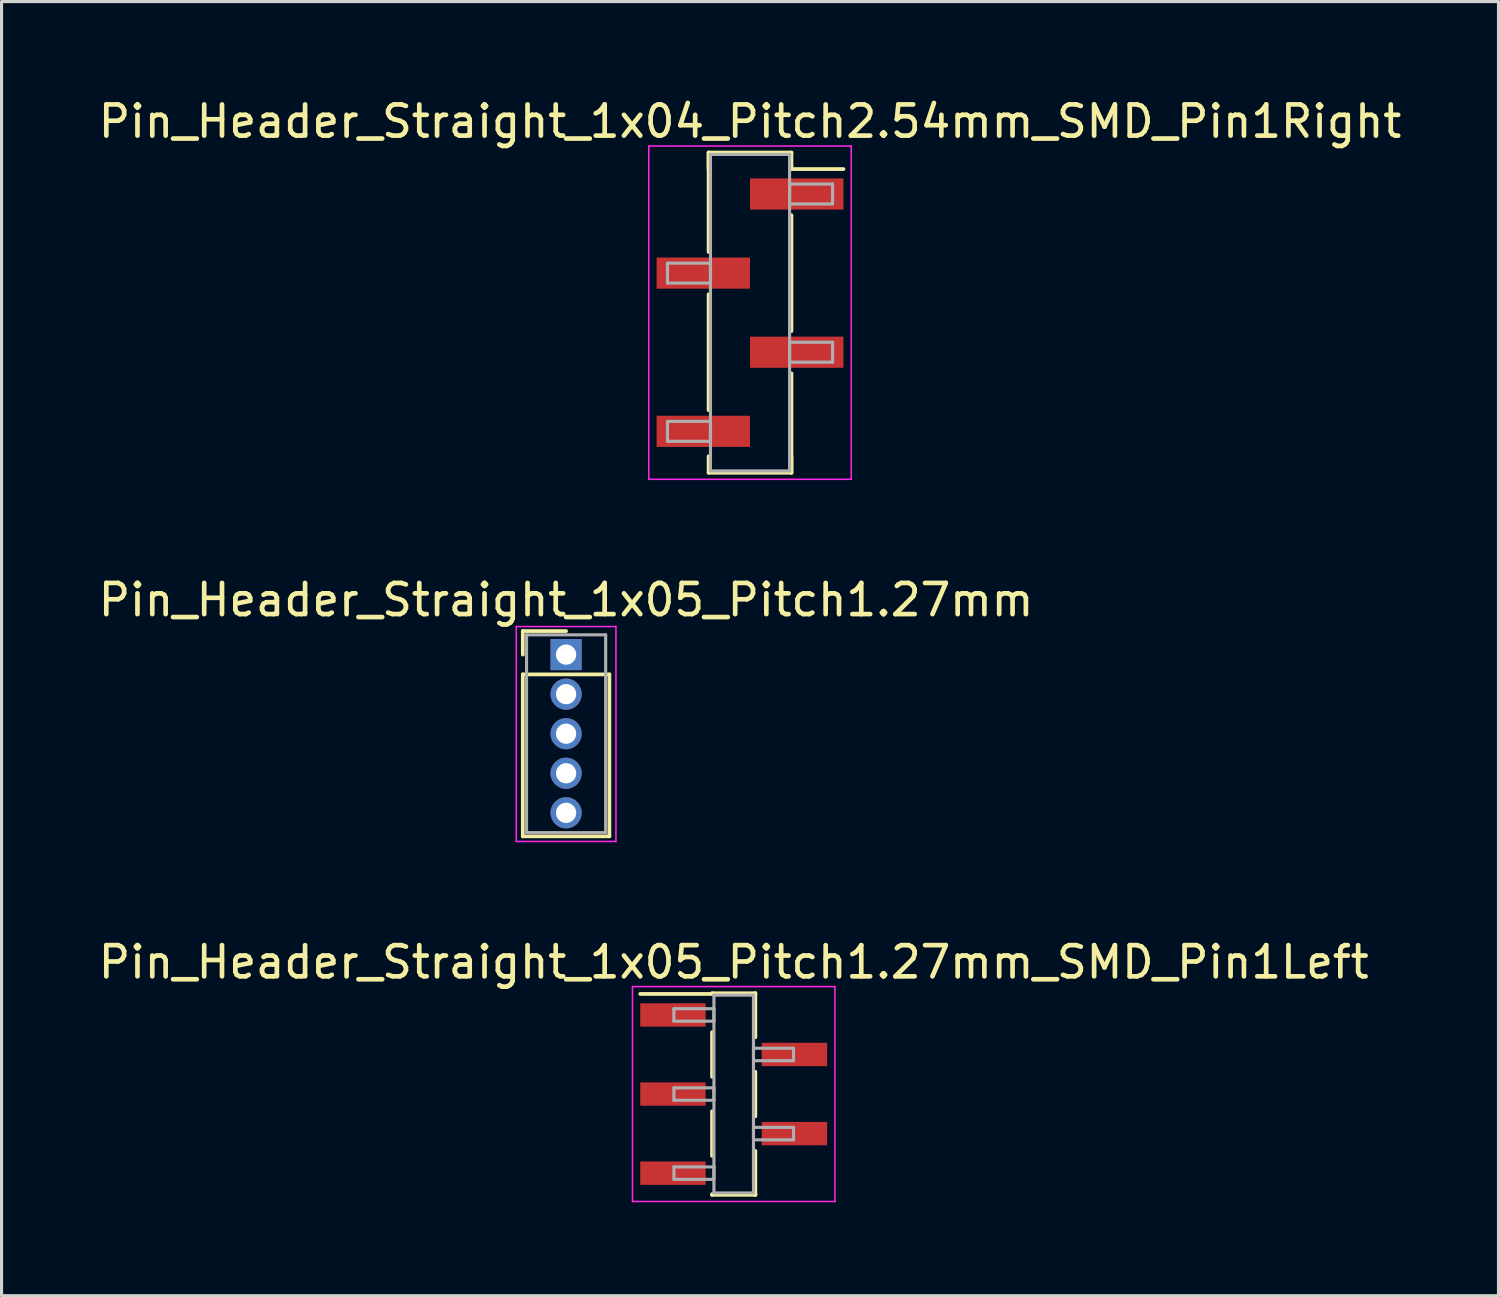
<source format=kicad_pcb>
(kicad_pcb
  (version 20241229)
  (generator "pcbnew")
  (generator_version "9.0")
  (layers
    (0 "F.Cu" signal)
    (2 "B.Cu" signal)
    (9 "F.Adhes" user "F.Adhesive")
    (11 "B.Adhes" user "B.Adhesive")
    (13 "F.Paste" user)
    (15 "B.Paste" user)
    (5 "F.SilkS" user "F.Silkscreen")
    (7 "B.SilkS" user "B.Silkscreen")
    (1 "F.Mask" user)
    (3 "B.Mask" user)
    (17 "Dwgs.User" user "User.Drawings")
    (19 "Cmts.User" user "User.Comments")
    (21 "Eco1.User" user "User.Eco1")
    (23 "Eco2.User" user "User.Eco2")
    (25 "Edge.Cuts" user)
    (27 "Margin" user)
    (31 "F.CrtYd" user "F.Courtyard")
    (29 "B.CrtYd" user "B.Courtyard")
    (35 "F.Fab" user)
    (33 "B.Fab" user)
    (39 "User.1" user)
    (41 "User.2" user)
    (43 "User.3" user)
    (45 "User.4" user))
  (footprint "Pin_Header_Straight_1x05_Pitch1.27mm"
    (layer "F.Cu")
    (at 15.125 17.966)
    (property "Reference" "Pin_Header_Straight_1x05_Pitch1.27mm" (at 0 -1.755 0) (layer "F.SilkS") (effects (font (size 1 1) (thickness 0.15))))
    (attr through_hole)
    (fp_line (start -1.39 -0.755) (end 0 -0.755) (stroke (width 0.12) (type solid)) (layer "F.SilkS"))
    (fp_line (start -1.39 0) (end -1.39 -0.755) (stroke (width 0.12) (type solid)) (layer "F.SilkS"))
    (fp_line (start -1.39 0.635) (end -1.39 5.835) (stroke (width 0.12) (type solid)) (layer "F.SilkS"))
    (fp_line (start -1.39 5.835) (end 1.39 5.835) (stroke (width 0.12) (type solid)) (layer "F.SilkS"))
    (fp_line (start 1.39 0.635) (end -1.39 0.635) (stroke (width 0.12) (type solid)) (layer "F.SilkS"))
    (fp_line (start 1.39 5.835) (end 1.39 0.635) (stroke (width 0.12) (type solid)) (layer "F.SilkS"))
    (fp_line (start -1.6 -0.9) (end -1.6 6) (stroke (width 0.05) (type solid)) (layer "F.CrtYd"))
    (fp_line (start -1.6 6) (end 1.6 6) (stroke (width 0.05) (type solid)) (layer "F.CrtYd"))
    (fp_line (start 1.6 -0.9) (end -1.6 -0.9) (stroke (width 0.05) (type solid)) (layer "F.CrtYd"))
    (fp_line (start 1.6 6) (end 1.6 -0.9) (stroke (width 0.05) (type solid)) (layer "F.CrtYd"))
    (fp_line (start -1.27 -0.635) (end -1.27 5.715) (stroke (width 0.1) (type solid)) (layer "F.Fab"))
    (fp_line (start -1.27 5.715) (end 1.27 5.715) (stroke (width 0.1) (type solid)) (layer "F.Fab"))
    (fp_line (start 1.27 -0.635) (end -1.27 -0.635) (stroke (width 0.1) (type solid)) (layer "F.Fab"))
    (fp_line (start 1.27 5.715) (end 1.27 -0.635) (stroke (width 0.1) (type solid)) (layer "F.Fab"))
    (pad "1" thru_hole rect (at 0 0) (size 1 1) (drill 0.65) (layers "*.Cu" "*.Mask"))
    (pad "2" thru_hole oval (at 0 1.27) (size 1 1) (drill 0.65) (layers "*.Cu" "*.Mask"))
    (pad "3" thru_hole oval (at 0 2.54) (size 1 1) (drill 0.65) (layers "*.Cu" "*.Mask"))
    (pad "4" thru_hole oval (at 0 3.81) (size 1 1) (drill 0.65) (layers "*.Cu" "*.Mask"))
    (pad "5" thru_hole oval (at 0 5.08) (size 1 1) (drill 0.65) (layers "*.Cu" "*.Mask")))
  (footprint "Pin_Header_Straight_1x05_Pitch1.27mm_SMD_Pin1Left"
    (layer "F.Cu")
    (at 20.506 32.075)
    (property "Reference" "Pin_Header_Straight_1x05_Pitch1.27mm_SMD_Pin1Left" (at 0 -4.235 0) (layer "F.SilkS") (effects (font (size 1 1) (thickness 0.15))))
    (attr smd)
    (fp_line (start -0.695 -3.235) (end 0.695 -3.235) (stroke (width 0.12) (type solid)) (layer "F.SilkS"))
    (fp_line (start -0.695 -3.215) (end -3 -3.215) (stroke (width 0.12) (type solid)) (layer "F.SilkS"))
    (fp_line (start -0.695 -3.215) (end -0.695 -3.235) (stroke (width 0.12) (type solid)) (layer "F.SilkS"))
    (fp_line (start -0.695 -1.985) (end -0.695 -0.555) (stroke (width 0.12) (type solid)) (layer "F.SilkS"))
    (fp_line (start -0.695 0.555) (end -0.695 1.985) (stroke (width 0.12) (type solid)) (layer "F.SilkS"))
    (fp_line (start -0.695 3.215) (end -0.695 3.235) (stroke (width 0.12) (type solid)) (layer "F.SilkS"))
    (fp_line (start -0.695 3.235) (end 0.695 3.235) (stroke (width 0.12) (type solid)) (layer "F.SilkS"))
    (fp_line (start 0.695 -3.235) (end 0.695 -3.215) (stroke (width 0.12) (type solid)) (layer "F.SilkS"))
    (fp_line (start 0.695 -3.235) (end 0.695 -1.825) (stroke (width 0.12) (type solid)) (layer "F.SilkS"))
    (fp_line (start 0.695 -0.715) (end 0.695 0.715) (stroke (width 0.12) (type solid)) (layer "F.SilkS"))
    (fp_line (start 0.695 1.825) (end 0.695 3.235) (stroke (width 0.12) (type solid)) (layer "F.SilkS"))
    (fp_line (start 0.695 3.235) (end 0.695 3.215) (stroke (width 0.12) (type solid)) (layer "F.SilkS"))
    (fp_line (start -3.25 -3.45) (end -3.25 3.45) (stroke (width 0.05) (type solid)) (layer "F.CrtYd"))
    (fp_line (start -3.25 3.45) (end 3.25 3.45) (stroke (width 0.05) (type solid)) (layer "F.CrtYd"))
    (fp_line (start 3.25 -3.45) (end -3.25 -3.45) (stroke (width 0.05) (type solid)) (layer "F.CrtYd"))
    (fp_line (start 3.25 3.45) (end 3.25 -3.45) (stroke (width 0.05) (type solid)) (layer "F.CrtYd"))
    (fp_line (start -1.92 -2.74) (end -0.635 -2.74) (stroke (width 0.1) (type solid)) (layer "F.Fab"))
    (fp_line (start -1.92 -2.34) (end -1.92 -2.74) (stroke (width 0.1) (type solid)) (layer "F.Fab"))
    (fp_line (start -1.92 -0.2) (end -0.635 -0.2) (stroke (width 0.1) (type solid)) (layer "F.Fab"))
    (fp_line (start -1.92 0.2) (end -1.92 -0.2) (stroke (width 0.1) (type solid)) (layer "F.Fab"))
    (fp_line (start -1.92 2.34) (end -0.635 2.34) (stroke (width 0.1) (type solid)) (layer "F.Fab"))
    (fp_line (start -1.92 2.74) (end -1.92 2.34) (stroke (width 0.1) (type solid)) (layer "F.Fab"))
    (fp_line (start -0.635 -3.175) (end -0.635 3.175) (stroke (width 0.1) (type solid)) (layer "F.Fab"))
    (fp_line (start -0.635 -2.74) (end -0.635 -2.34) (stroke (width 0.1) (type solid)) (layer "F.Fab"))
    (fp_line (start -0.635 -2.34) (end -1.92 -2.34) (stroke (width 0.1) (type solid)) (layer "F.Fab"))
    (fp_line (start -0.635 -0.2) (end -0.635 0.2) (stroke (width 0.1) (type solid)) (layer "F.Fab"))
    (fp_line (start -0.635 0.2) (end -1.92 0.2) (stroke (width 0.1) (type solid)) (layer "F.Fab"))
    (fp_line (start -0.635 2.34) (end -0.635 2.74) (stroke (width 0.1) (type solid)) (layer "F.Fab"))
    (fp_line (start -0.635 2.74) (end -1.92 2.74) (stroke (width 0.1) (type solid)) (layer "F.Fab"))
    (fp_line (start -0.635 3.175) (end 0.635 3.175) (stroke (width 0.1) (type solid)) (layer "F.Fab"))
    (fp_line (start 0.635 -3.175) (end -0.635 -3.175) (stroke (width 0.1) (type solid)) (layer "F.Fab"))
    (fp_line (start 0.635 -1.47) (end 0.635 -1.07) (stroke (width 0.1) (type solid)) (layer "F.Fab"))
    (fp_line (start 0.635 -1.07) (end 1.92 -1.07) (stroke (width 0.1) (type solid)) (layer "F.Fab"))
    (fp_line (start 0.635 1.07) (end 0.635 1.47) (stroke (width 0.1) (type solid)) (layer "F.Fab"))
    (fp_line (start 0.635 1.47) (end 1.92 1.47) (stroke (width 0.1) (type solid)) (layer "F.Fab"))
    (fp_line (start 0.635 3.175) (end 0.635 -3.175) (stroke (width 0.1) (type solid)) (layer "F.Fab"))
    (fp_line (start 1.92 -1.47) (end 0.635 -1.47) (stroke (width 0.1) (type solid)) (layer "F.Fab"))
    (fp_line (start 1.92 -1.07) (end 1.92 -1.47) (stroke (width 0.1) (type solid)) (layer "F.Fab"))
    (fp_line (start 1.92 1.07) (end 0.635 1.07) (stroke (width 0.1) (type solid)) (layer "F.Fab"))
    (fp_line (start 1.92 1.47) (end 1.92 1.07) (stroke (width 0.1) (type solid)) (layer "F.Fab"))
    (pad "1" smd rect (at -1.95 -2.54) (size 2.1 0.75) (layers "F.Cu" "F.Mask"))
    (pad "2" smd rect (at 1.95 -1.27) (size 2.1 0.75) (layers "F.Cu" "F.Mask"))
    (pad "3" smd rect (at -1.95 0) (size 2.1 0.75) (layers "F.Cu" "F.Mask"))
    (pad "4" smd rect (at 1.95 1.27) (size 2.1 0.75) (layers "F.Cu" "F.Mask"))
    (pad "5" smd rect (at -1.95 2.54) (size 2.1 0.75) (layers "F.Cu" "F.Mask")))
  (footprint "Pin_Header_Straight_1x04_Pitch2.54mm_SMD_Pin1Right"
    (layer "F.Cu")
    (at 21.03 6.988)
    (property "Reference" "Pin_Header_Straight_1x04_Pitch2.54mm_SMD_Pin1Right" (at 0 -6.14 0) (layer "F.SilkS") (effects (font (size 1 1) (thickness 0.15))))
    (attr smd)
    (fp_line (start -1.33 -5.14) (end -1.33 -1.95) (stroke (width 0.12) (type solid)) (layer "F.SilkS"))
    (fp_line (start -1.33 -5.14) (end 1.33 -5.14) (stroke (width 0.12) (type solid)) (layer "F.SilkS"))
    (fp_line (start -1.33 -4.61) (end -1.33 -5.14) (stroke (width 0.12) (type solid)) (layer "F.SilkS"))
    (fp_line (start -1.33 -0.59) (end -1.33 3.13) (stroke (width 0.12) (type solid)) (layer "F.SilkS"))
    (fp_line (start -1.33 4.61) (end -1.33 5.14) (stroke (width 0.12) (type solid)) (layer "F.SilkS"))
    (fp_line (start -1.33 5.14) (end 1.33 5.14) (stroke (width 0.12) (type solid)) (layer "F.SilkS"))
    (fp_line (start 1.33 -5.14) (end 1.33 -4.61) (stroke (width 0.12) (type solid)) (layer "F.SilkS"))
    (fp_line (start 1.33 -4.61) (end 3 -4.61) (stroke (width 0.12) (type solid)) (layer "F.SilkS"))
    (fp_line (start 1.33 -3.13) (end 1.33 0.59) (stroke (width 0.12) (type solid)) (layer "F.SilkS"))
    (fp_line (start 1.33 1.95) (end 1.33 5.14) (stroke (width 0.12) (type solid)) (layer "F.SilkS"))
    (fp_line (start 1.33 5.14) (end 1.33 4.61) (stroke (width 0.12) (type solid)) (layer "F.SilkS"))
    (fp_line (start -3.25 -5.35) (end -3.25 5.35) (stroke (width 0.05) (type solid)) (layer "F.CrtYd"))
    (fp_line (start -3.25 5.35) (end 3.25 5.35) (stroke (width 0.05) (type solid)) (layer "F.CrtYd"))
    (fp_line (start 3.25 -5.35) (end -3.25 -5.35) (stroke (width 0.05) (type solid)) (layer "F.CrtYd"))
    (fp_line (start 3.25 5.35) (end 3.25 -5.35) (stroke (width 0.05) (type solid)) (layer "F.CrtYd"))
    (fp_line (start -2.65 -1.59) (end -1.27 -1.59) (stroke (width 0.1) (type solid)) (layer "F.Fab"))
    (fp_line (start -2.65 -0.95) (end -2.65 -1.59) (stroke (width 0.1) (type solid)) (layer "F.Fab"))
    (fp_line (start -2.65 3.49) (end -1.27 3.49) (stroke (width 0.1) (type solid)) (layer "F.Fab"))
    (fp_line (start -2.65 4.13) (end -2.65 3.49) (stroke (width 0.1) (type solid)) (layer "F.Fab"))
    (fp_line (start -1.27 -5.08) (end -1.27 5.08) (stroke (width 0.1) (type solid)) (layer "F.Fab"))
    (fp_line (start -1.27 -1.59) (end -1.27 -0.95) (stroke (width 0.1) (type solid)) (layer "F.Fab"))
    (fp_line (start -1.27 -0.95) (end -2.65 -0.95) (stroke (width 0.1) (type solid)) (layer "F.Fab"))
    (fp_line (start -1.27 3.49) (end -1.27 4.13) (stroke (width 0.1) (type solid)) (layer "F.Fab"))
    (fp_line (start -1.27 4.13) (end -2.65 4.13) (stroke (width 0.1) (type solid)) (layer "F.Fab"))
    (fp_line (start -1.27 5.08) (end 1.27 5.08) (stroke (width 0.1) (type solid)) (layer "F.Fab"))
    (fp_line (start 1.27 -5.08) (end -1.27 -5.08) (stroke (width 0.1) (type solid)) (layer "F.Fab"))
    (fp_line (start 1.27 -4.13) (end 1.27 -3.49) (stroke (width 0.1) (type solid)) (layer "F.Fab"))
    (fp_line (start 1.27 -3.49) (end 2.65 -3.49) (stroke (width 0.1) (type solid)) (layer "F.Fab"))
    (fp_line (start 1.27 0.95) (end 1.27 1.59) (stroke (width 0.1) (type solid)) (layer "F.Fab"))
    (fp_line (start 1.27 1.59) (end 2.65 1.59) (stroke (width 0.1) (type solid)) (layer "F.Fab"))
    (fp_line (start 1.27 5.08) (end 1.27 -5.08) (stroke (width 0.1) (type solid)) (layer "F.Fab"))
    (fp_line (start 2.65 -4.13) (end 1.27 -4.13) (stroke (width 0.1) (type solid)) (layer "F.Fab"))
    (fp_line (start 2.65 -3.49) (end 2.65 -4.13) (stroke (width 0.1) (type solid)) (layer "F.Fab"))
    (fp_line (start 2.65 0.95) (end 1.27 0.95) (stroke (width 0.1) (type solid)) (layer "F.Fab"))
    (fp_line (start 2.65 1.59) (end 2.65 0.95) (stroke (width 0.1) (type solid)) (layer "F.Fab"))
    (pad "1" smd rect (at 1.5 -3.81) (size 3 1) (layers "F.Cu" "F.Mask"))
    (pad "2" smd rect (at -1.5 -1.27) (size 3 1) (layers "F.Cu" "F.Mask"))
    (pad "3" smd rect (at 1.5 1.27) (size 3 1) (layers "F.Cu" "F.Mask"))
    (pad "4" smd rect (at -1.5 3.81) (size 3 1) (layers "F.Cu" "F.Mask")))
  (gr_rect
    (start -3 -3)
    (end 45.06 38.55)
    (stroke (width 0.1) (type default))
    (fill no)
    (layer "Edge.Cuts")))
</source>
